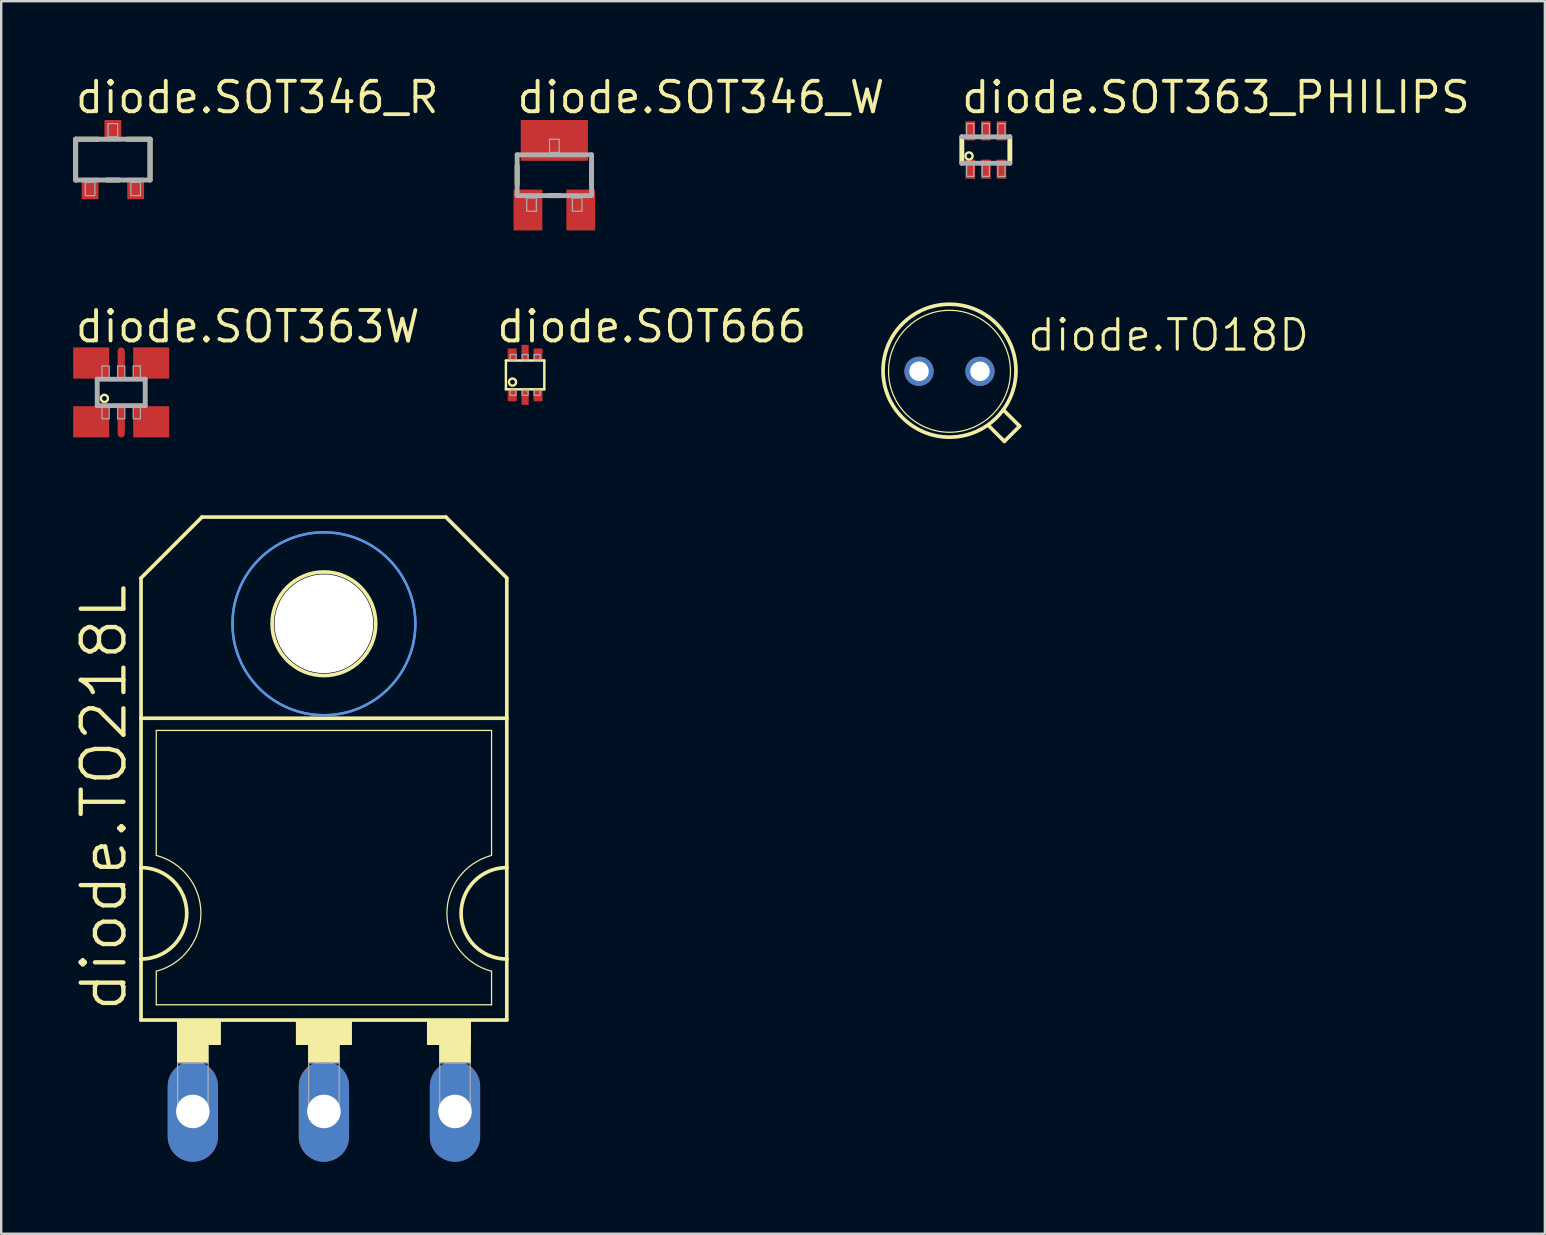
<source format=kicad_pcb>
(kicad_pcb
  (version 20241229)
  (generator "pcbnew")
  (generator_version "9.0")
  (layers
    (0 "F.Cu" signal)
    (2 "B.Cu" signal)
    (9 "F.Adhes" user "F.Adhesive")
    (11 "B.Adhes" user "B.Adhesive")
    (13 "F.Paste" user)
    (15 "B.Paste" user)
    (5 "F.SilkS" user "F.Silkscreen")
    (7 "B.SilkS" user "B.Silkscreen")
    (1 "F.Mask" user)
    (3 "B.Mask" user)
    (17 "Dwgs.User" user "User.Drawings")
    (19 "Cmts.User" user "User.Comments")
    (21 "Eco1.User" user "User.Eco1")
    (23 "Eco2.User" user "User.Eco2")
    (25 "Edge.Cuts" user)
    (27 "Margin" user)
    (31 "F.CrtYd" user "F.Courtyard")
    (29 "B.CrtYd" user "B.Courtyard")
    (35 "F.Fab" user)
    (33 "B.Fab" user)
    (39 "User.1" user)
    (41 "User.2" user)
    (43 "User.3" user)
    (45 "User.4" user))
  (footprint "diode.SOT346_W"
    (layer "F.Cu")
    (at 20.047 4.25)
    (property "Reference" "diode.SOT346_W" (at -1.65 -2.5 0) (layer "F.SilkS") (effects (font (size 1.27 1.27) (thickness 0.16)) (justify left bottom)))
    (attr smd)
    (fp_line (start -1.55 0.4) (end -1.55 -0.4) (stroke (width 0.203) (type default)) (layer "F.SilkS"))
    (fp_line (start 0.25 0.85) (end -0.25 0.85) (stroke (width 0.203) (type default)) (layer "F.SilkS"))
    (fp_line (start 1.55 -0.4) (end 1.55 0.4) (stroke (width 0.203) (type default)) (layer "F.SilkS"))
    (fp_line (start -1.55 -0.85) (end 1.55 -0.85) (stroke (width 0.203) (type default)) (layer "F.Fab"))
    (fp_line (start -1.55 0.85) (end -1.55 -0.85) (stroke (width 0.203) (type default)) (layer "F.Fab"))
    (fp_line (start 1.55 -0.85) (end 1.55 0.85) (stroke (width 0.203) (type default)) (layer "F.Fab"))
    (fp_line (start 1.55 0.85) (end -1.55 0.85) (stroke (width 0.203) (type default)) (layer "F.Fab"))
    (fp_rect (start -1.15 1.5) (end -0.75 0.95) (stroke (width 0.05) (type default)) (fill no) (layer "F.Fab"))
    (fp_rect (start -0.2 -0.95) (end 0.2 -1.5) (stroke (width 0.05) (type default)) (fill no) (layer "F.Fab"))
    (fp_rect (start 0.75 1.5) (end 1.15 0.95) (stroke (width 0.05) (type default)) (fill no) (layer "F.Fab"))
    (pad "1" smd roundrect (at -1.1 1.45) (size 1.2 1.7) (layers "F.Cu" "F.Mask" "F.Paste") (roundrect_rratio 0.01))
    (pad "2" smd roundrect (at 1.1 1.45) (size 1.2 1.7) (layers "F.Cu" "F.Mask" "F.Paste") (roundrect_rratio 0.01))
    (pad "3" smd roundrect (at 0 -1.45) (size 2.8 1.7) (layers "F.Cu" "F.Mask" "F.Paste") (roundrect_rratio 0.01)))
  (footprint "diode.TO18D"
    (layer "F.Cu")
    (at 36.511 12.42)
    (property "Reference" "diode.TO18D" (at 3.175 -0.762 0) (layer "F.SilkS") (effects (font (size 1.27 1.27) (thickness 0.13)) (justify left bottom)))
    (attr through_hole)
    (fp_line (start 1.651 2.286) (end 2.286 2.921) (stroke (width 0.152) (type default)) (layer "F.SilkS"))
    (fp_line (start 2.286 2.921) (end 2.921 2.286) (stroke (width 0.152) (type default)) (layer "F.SilkS"))
    (fp_line (start 2.921 2.286) (end 2.286 1.651) (stroke (width 0.152) (type default)) (layer "F.SilkS"))
    (fp_circle (center 0 -0.025) (end 2.769 -0.025) (stroke (width 0.152) (type default)) (fill no) (layer "F.SilkS"))
    (fp_circle (center 0 0) (end 2.54 0) (stroke (width 0.051) (type default)) (fill no) (layer "F.SilkS"))
    (pad "A" thru_hole circle (at 1.27 0) (size 1.219 1.219) (drill 0.813) (layers "*.Cu" "*.Mask"))
    (pad "C" thru_hole circle (at -1.27 0) (size 1.219 1.219) (drill 0.813) (layers "*.Cu" "*.Mask")))
  (footprint "diode.SOT346_R"
    (layer "F.Cu")
    (at 1.652 3.6)
    (property "Reference" "diode.SOT346_R" (at -1.65 -1.85 0) (layer "F.SilkS") (effects (font (size 1.27 1.27) (thickness 0.16)) (justify left bottom)))
    (attr smd)
    (fp_line (start -1.55 -0.85) (end -0.6 -0.85) (stroke (width 0.203) (type default)) (layer "F.SilkS"))
    (fp_line (start -1.55 0.85) (end -1.55 -0.85) (stroke (width 0.203) (type default)) (layer "F.SilkS"))
    (fp_line (start 0.25 0.85) (end -0.25 0.85) (stroke (width 0.203) (type default)) (layer "F.SilkS"))
    (fp_line (start 0.6 -0.85) (end 1.55 -0.85) (stroke (width 0.203) (type default)) (layer "F.SilkS"))
    (fp_line (start 1.55 -0.85) (end 1.55 0.85) (stroke (width 0.203) (type default)) (layer "F.SilkS"))
    (fp_line (start -1.55 -0.85) (end 1.55 -0.85) (stroke (width 0.203) (type default)) (layer "F.Fab"))
    (fp_line (start -1.55 0.85) (end -1.55 -0.85) (stroke (width 0.203) (type default)) (layer "F.Fab"))
    (fp_line (start 1.55 -0.85) (end 1.55 0.85) (stroke (width 0.203) (type default)) (layer "F.Fab"))
    (fp_line (start 1.55 0.85) (end -1.55 0.85) (stroke (width 0.203) (type default)) (layer "F.Fab"))
    (fp_rect (start -1.15 1.5) (end -0.75 0.95) (stroke (width 0.05) (type default)) (fill no) (layer "F.Fab"))
    (fp_rect (start -0.2 -0.95) (end 0.2 -1.5) (stroke (width 0.05) (type default)) (fill no) (layer "F.Fab"))
    (fp_rect (start 0.75 1.5) (end 1.15 0.95) (stroke (width 0.05) (type default)) (fill no) (layer "F.Fab"))
    (pad "1" smd roundrect (at -0.95 1.2) (size 0.7 0.9) (layers "F.Cu" "F.Mask" "F.Paste") (roundrect_rratio 0.01))
    (pad "2" smd roundrect (at 0.95 1.2) (size 0.7 0.9) (layers "F.Cu" "F.Mask" "F.Paste") (roundrect_rratio 0.01))
    (pad "3" smd roundrect (at 0 -1.2) (size 0.7 0.9) (layers "F.Cu" "F.Mask" "F.Paste") (roundrect_rratio 0.01)))
  (footprint "diode.SOT363_PHILIPS"
    (layer "F.Cu")
    (at 38.025 3.2)
    (property "Reference" "diode.SOT363_PHILIPS" (at -1.1 -1.45 0) (layer "F.SilkS") (effects (font (size 1.27 1.27) (thickness 0.16)) (justify left bottom)))
    (attr smd)
    (fp_line (start -1 0.55) (end -1 -0.55) (stroke (width 0.203) (type default)) (layer "F.SilkS"))
    (fp_line (start 1 -0.55) (end 1 0.55) (stroke (width 0.203) (type default)) (layer "F.SilkS"))
    (fp_circle (center -0.7 0.25) (end -0.55 0.25) (stroke (width 0.1) (type default)) (fill no) (layer "F.SilkS"))
    (fp_line (start -1 -0.55) (end 1 -0.55) (stroke (width 0.203) (type default)) (layer "F.Fab"))
    (fp_line (start 1 0.55) (end -1 0.55) (stroke (width 0.203) (type default)) (layer "F.Fab"))
    (fp_rect (start -0.8 -0.6) (end -0.5 -1.1) (stroke (width 0.05) (type default)) (fill no) (layer "F.Fab"))
    (fp_rect (start -0.8 1.1) (end -0.5 0.6) (stroke (width 0.05) (type default)) (fill no) (layer "F.Fab"))
    (fp_rect (start -0.15 -0.6) (end 0.15 -1.1) (stroke (width 0.05) (type default)) (fill no) (layer "F.Fab"))
    (fp_rect (start -0.15 1.1) (end 0.15 0.6) (stroke (width 0.05) (type default)) (fill no) (layer "F.Fab"))
    (fp_rect (start 0.5 -0.6) (end 0.8 -1.1) (stroke (width 0.05) (type default)) (fill no) (layer "F.Fab"))
    (fp_rect (start 0.5 1.1) (end 0.8 0.6) (stroke (width 0.05) (type default)) (fill no) (layer "F.Fab"))
    (pad "1" smd roundrect (at -0.65 0.8) (size 0.4 0.8) (layers "F.Cu" "F.Mask" "F.Paste") (roundrect_rratio 0.01))
    (pad "2" smd roundrect (at 0 0.8) (size 0.4 0.8) (layers "F.Cu" "F.Mask" "F.Paste") (roundrect_rratio 0.01))
    (pad "3" smd roundrect (at 0.65 0.8) (size 0.4 0.8) (layers "F.Cu" "F.Mask" "F.Paste") (roundrect_rratio 0.01))
    (pad "4" smd roundrect (at 0.65 -0.8) (size 0.4 0.8) (layers "F.Cu" "F.Mask" "F.Paste") (roundrect_rratio 0.01))
    (pad "5" smd roundrect (at 0 -0.8) (size 0.4 0.8) (layers "F.Cu" "F.Mask" "F.Paste") (roundrect_rratio 0.01))
    (pad "6" smd roundrect (at -0.65 -0.8) (size 0.4 0.8) (layers "F.Cu" "F.Mask" "F.Paste") (roundrect_rratio 0.01)))
  (footprint "diode.SOT666"
    (layer "F.Cu")
    (at 18.829 12.57)
    (property "Reference" "diode.SOT666" (at -1.27 -1.27 0) (layer "F.SilkS") (effects (font (size 1.27 1.27) (thickness 0.16)) (justify left bottom)))
    (attr smd)
    (fp_line (start -0.8 -0.6) (end -0.8 0.6) (stroke (width 0.102) (type default)) (layer "F.SilkS"))
    (fp_line (start -0.8 0.6) (end 0.8 0.6) (stroke (width 0.102) (type default)) (layer "F.SilkS"))
    (fp_line (start 0.8 -0.6) (end -0.8 -0.6) (stroke (width 0.102) (type default)) (layer "F.SilkS"))
    (fp_line (start 0.8 0.6) (end 0.8 -0.6) (stroke (width 0.102) (type default)) (layer "F.SilkS"))
    (fp_circle (center -0.525 0.3) (end -0.375 0.3) (stroke (width 0.1) (type default)) (fill no) (layer "F.SilkS"))
    (fp_rect (start -0.625 -0.625) (end -0.375 -0.85) (stroke (width 0.05) (type default)) (fill no) (layer "F.Fab"))
    (fp_rect (start -0.625 0.85) (end -0.375 0.625) (stroke (width 0.05) (type default)) (fill no) (layer "F.Fab"))
    (fp_rect (start -0.125 -0.625) (end 0.125 -0.85) (stroke (width 0.05) (type default)) (fill no) (layer "F.Fab"))
    (fp_rect (start -0.125 0.85) (end 0.125 0.625) (stroke (width 0.05) (type default)) (fill no) (layer "F.Fab"))
    (fp_rect (start 0.375 -0.625) (end 0.625 -0.85) (stroke (width 0.05) (type default)) (fill no) (layer "F.Fab"))
    (fp_rect (start 0.375 0.85) (end 0.625 0.625) (stroke (width 0.05) (type default)) (fill no) (layer "F.Fab"))
    (pad "1" smd roundrect (at -0.537 0.85 90) (size 0.5 0.375) (layers "F.Cu" "F.Mask" "F.Paste") (roundrect_rratio 0.01))
    (pad "2" smd roundrect (at 0 0.923 90) (size 0.65 0.3) (layers "F.Cu" "F.Mask" "F.Paste") (roundrect_rratio 0.01))
    (pad "3" smd roundrect (at 0.538 0.85 90) (size 0.5 0.375) (layers "F.Cu" "F.Mask" "F.Paste") (roundrect_rratio 0.01))
    (pad "4" smd roundrect (at 0.538 -0.849 90) (size 0.5 0.375) (layers "F.Cu" "F.Mask" "F.Paste") (roundrect_rratio 0.01))
    (pad "5" smd roundrect (at 0 -0.925 90) (size 0.65 0.3) (layers "F.Cu" "F.Mask" "F.Paste") (roundrect_rratio 0.01))
    (pad "6" smd roundrect (at -0.538 -0.85 90) (size 0.5 0.375) (layers "F.Cu" "F.Mask" "F.Paste") (roundrect_rratio 0.01)))
  (footprint "diode.SOT363W"
    (layer "F.Cu")
    (at 2 13.3)
    (property "Reference" "diode.SOT363W" (at -2 -2 0) (layer "F.SilkS") (effects (font (size 1.27 1.27) (thickness 0.16)) (justify left bottom)))
    (attr smd)
    (fp_circle (center -0.7 0.25) (end -0.55 0.25) (stroke (width 0.1) (type default)) (fill no) (layer "F.SilkS"))
    (fp_line (start -1 -0.55) (end 1 -0.55) (stroke (width 0.203) (type default)) (layer "F.Fab"))
    (fp_line (start -1 0.55) (end -1 -0.55) (stroke (width 0.203) (type default)) (layer "F.Fab"))
    (fp_line (start 1 -0.55) (end 1 0.55) (stroke (width 0.203) (type default)) (layer "F.Fab"))
    (fp_line (start 1 0.55) (end -1 0.55) (stroke (width 0.203) (type default)) (layer "F.Fab"))
    (fp_rect (start -0.8 -0.6) (end -0.5 -1.1) (stroke (width 0.05) (type default)) (fill no) (layer "F.Fab"))
    (fp_rect (start -0.8 1.1) (end -0.5 0.6) (stroke (width 0.05) (type default)) (fill no) (layer "F.Fab"))
    (fp_rect (start -0.15 -0.6) (end 0.15 -1.1) (stroke (width 0.05) (type default)) (fill no) (layer "F.Fab"))
    (fp_rect (start -0.15 1.1) (end 0.15 0.6) (stroke (width 0.05) (type default)) (fill no) (layer "F.Fab"))
    (fp_rect (start 0.5 -0.6) (end 0.8 -1.1) (stroke (width 0.05) (type default)) (fill no) (layer "F.Fab"))
    (fp_rect (start 0.5 1.1) (end 0.8 0.6) (stroke (width 0.05) (type default)) (fill no) (layer "F.Fab"))
    (pad "1" smd roundrect (at -1.25 1.225) (size 1.5 1.3) (layers "F.Cu" "F.Mask" "F.Paste") (roundrect_rratio 0.01))
    (pad "2" smd roundrect (at 0 1.225) (size 0.3 1.3) (layers "F.Cu" "F.Mask" "F.Paste") (roundrect_rratio 0.5))
    (pad "3" smd roundrect (at 1.25 1.225) (size 1.5 1.3) (layers "F.Cu" "F.Mask" "F.Paste") (roundrect_rratio 0.01))
    (pad "4" smd roundrect (at 1.25 -1.225) (size 1.5 1.3) (layers "F.Cu" "F.Mask" "F.Paste") (roundrect_rratio 0.01))
    (pad "5" smd roundrect (at 0 -1.225) (size 0.3 1.3) (layers "F.Cu" "F.Mask" "F.Paste") (roundrect_rratio 0.5))
    (pad "6" smd roundrect (at -1.25 -1.225) (size 1.5 1.3) (layers "F.Cu" "F.Mask" "F.Paste") (roundrect_rratio 0.01)))
  (footprint "diode.TO218L"
    (layer "F.Cu")
    (at 10.446 33.099)
    (property "Reference" "diode.TO218L" (at -8.128 6.096 90) (layer "F.SilkS") (effects (font (size 1.778 1.778) (thickness 0.18)) (justify left bottom)))
    (attr through_hole)
    (fp_line (start -7.62 -12.065) (end -7.62 -6.223) (stroke (width 0.152) (type default)) (layer "F.SilkS"))
    (fp_line (start -7.62 -12.065) (end -5.08 -14.605) (stroke (width 0.152) (type default)) (layer "F.SilkS"))
    (fp_line (start -7.62 0) (end -7.62 -6.223) (stroke (width 0.152) (type default)) (layer "F.SilkS"))
    (fp_line (start -7.62 3.81) (end -7.62 0) (stroke (width 0.152) (type default)) (layer "F.SilkS"))
    (fp_line (start -7.62 6.35) (end -7.62 3.81) (stroke (width 0.152) (type default)) (layer "F.SilkS"))
    (fp_line (start -7.62 6.35) (end 7.62 6.35) (stroke (width 0.152) (type default)) (layer "F.SilkS"))
    (fp_line (start -6.985 -0.508) (end -6.985 -5.715) (stroke (width 0.051) (type default)) (layer "F.SilkS"))
    (fp_line (start -6.985 5.715) (end -6.985 4.318) (stroke (width 0.051) (type default)) (layer "F.SilkS"))
    (fp_line (start -6.985 5.715) (end 6.985 5.715) (stroke (width 0.051) (type default)) (layer "F.SilkS"))
    (fp_line (start 5.08 -14.605) (end -5.08 -14.605) (stroke (width 0.152) (type default)) (layer "F.SilkS"))
    (fp_line (start 6.985 -5.715) (end -6.985 -5.715) (stroke (width 0.051) (type default)) (layer "F.SilkS"))
    (fp_line (start 6.985 -0.508) (end 6.985 -5.715) (stroke (width 0.051) (type default)) (layer "F.SilkS"))
    (fp_line (start 6.985 5.715) (end 6.985 4.318) (stroke (width 0.051) (type default)) (layer "F.SilkS"))
    (fp_line (start 7.62 -12.065) (end 5.08 -14.605) (stroke (width 0.152) (type default)) (layer "F.SilkS"))
    (fp_line (start 7.62 -12.065) (end 7.62 -6.223) (stroke (width 0.152) (type default)) (layer "F.SilkS"))
    (fp_line (start 7.62 -6.223) (end -7.62 -6.223) (stroke (width 0.152) (type default)) (layer "F.SilkS"))
    (fp_line (start 7.62 -6.223) (end 7.62 0) (stroke (width 0.152) (type default)) (layer "F.SilkS"))
    (fp_line (start 7.62 0) (end 7.62 3.81) (stroke (width 0.152) (type default)) (layer "F.SilkS"))
    (fp_line (start 7.62 3.81) (end 7.62 6.35) (stroke (width 0.152) (type default)) (layer "F.SilkS"))
    (fp_rect (start -6.096 7.366) (end -4.318 6.35) (stroke (width 0.05) (type default)) (fill yes) (layer "F.SilkS"))
    (fp_rect (start -6.096 8.128) (end -4.826 6.35) (stroke (width 0.05) (type default)) (fill yes) (layer "F.SilkS"))
    (fp_rect (start -1.143 7.366) (end 1.143 6.35) (stroke (width 0.05) (type default)) (fill yes) (layer "F.SilkS"))
    (fp_rect (start -0.635 8.128) (end 0.635 6.35) (stroke (width 0.05) (type default)) (fill yes) (layer "F.SilkS"))
    (fp_rect (start 4.318 7.366) (end 6.096 6.35) (stroke (width 0.05) (type default)) (fill yes) (layer "F.SilkS"))
    (fp_rect (start 4.826 8.128) (end 6.096 6.35) (stroke (width 0.05) (type default)) (fill yes) (layer "F.SilkS"))
    (fp_arc (start -7.62 0) (mid -5.715 1.905) (end -7.62 3.81) (stroke (width 0.1524) (type default)) (layer "F.SilkS"))
    (fp_arc (start -6.985 -0.508) (mid -5.124846 1.905) (end -6.985 4.318) (stroke (width 0.0508) (type default)) (layer "F.SilkS"))
    (fp_arc (start 6.9851 4.3178) (mid 5.125027 1.921942) (end 6.9522 -0.4991) (stroke (width 0.0508) (type default)) (layer "F.SilkS"))
    (fp_arc (start 7.62 3.81) (mid 5.715 1.905) (end 7.62 0) (stroke (width 0.1524) (type default)) (layer "F.SilkS"))
    (fp_circle (center 0 -10.16) (end 2.159 -10.16) (stroke (width 0.152) (type default)) (fill no) (layer "F.SilkS"))
    (fp_circle (center 0 -10.16) (end 3.81 -10.16) (stroke (width 0.1) (type default)) (fill no) (layer "Cmts.User"))
    (fp_circle (center 0 -10.16) (end 3.81 -10.16) (stroke (width 0.1) (type default)) (fill no) (layer "Cmts.User"))
    (fp_rect (start -6.096 10.287) (end -4.826 8.128) (stroke (width 0.05) (type default)) (fill no) (layer "F.Fab"))
    (fp_rect (start -0.635 10.287) (end 0.635 8.128) (stroke (width 0.05) (type default)) (fill no) (layer "F.Fab"))
    (fp_rect (start 4.826 10.287) (end 6.096 8.128) (stroke (width 0.05) (type default)) (fill no) (layer "F.Fab"))
    (pad "" np_thru_hole circle (at 0 -10.16) (size 4.115 4.115) (drill 4.115) (layers "*.Cu" "*.Mask"))
    (pad "A1" thru_hole oval (at -5.461 10.16 90) (size 4.191 2.095) (drill 1.397) (layers "*.Cu" "*.Mask"))
    (pad "A2" thru_hole oval (at 5.461 10.16 90) (size 4.191 2.095) (drill 1.397) (layers "*.Cu" "*.Mask"))
    (pad "C" thru_hole oval (at 0 10.16 90) (size 4.191 2.095) (drill 1.397) (layers "*.Cu" "*.Mask")))
  (gr_rect
    (start -3 -3)
    (end 61.317 48.354)
    (stroke (width 0.1) (type default))
    (fill no)
    (layer "Edge.Cuts")))
</source>
